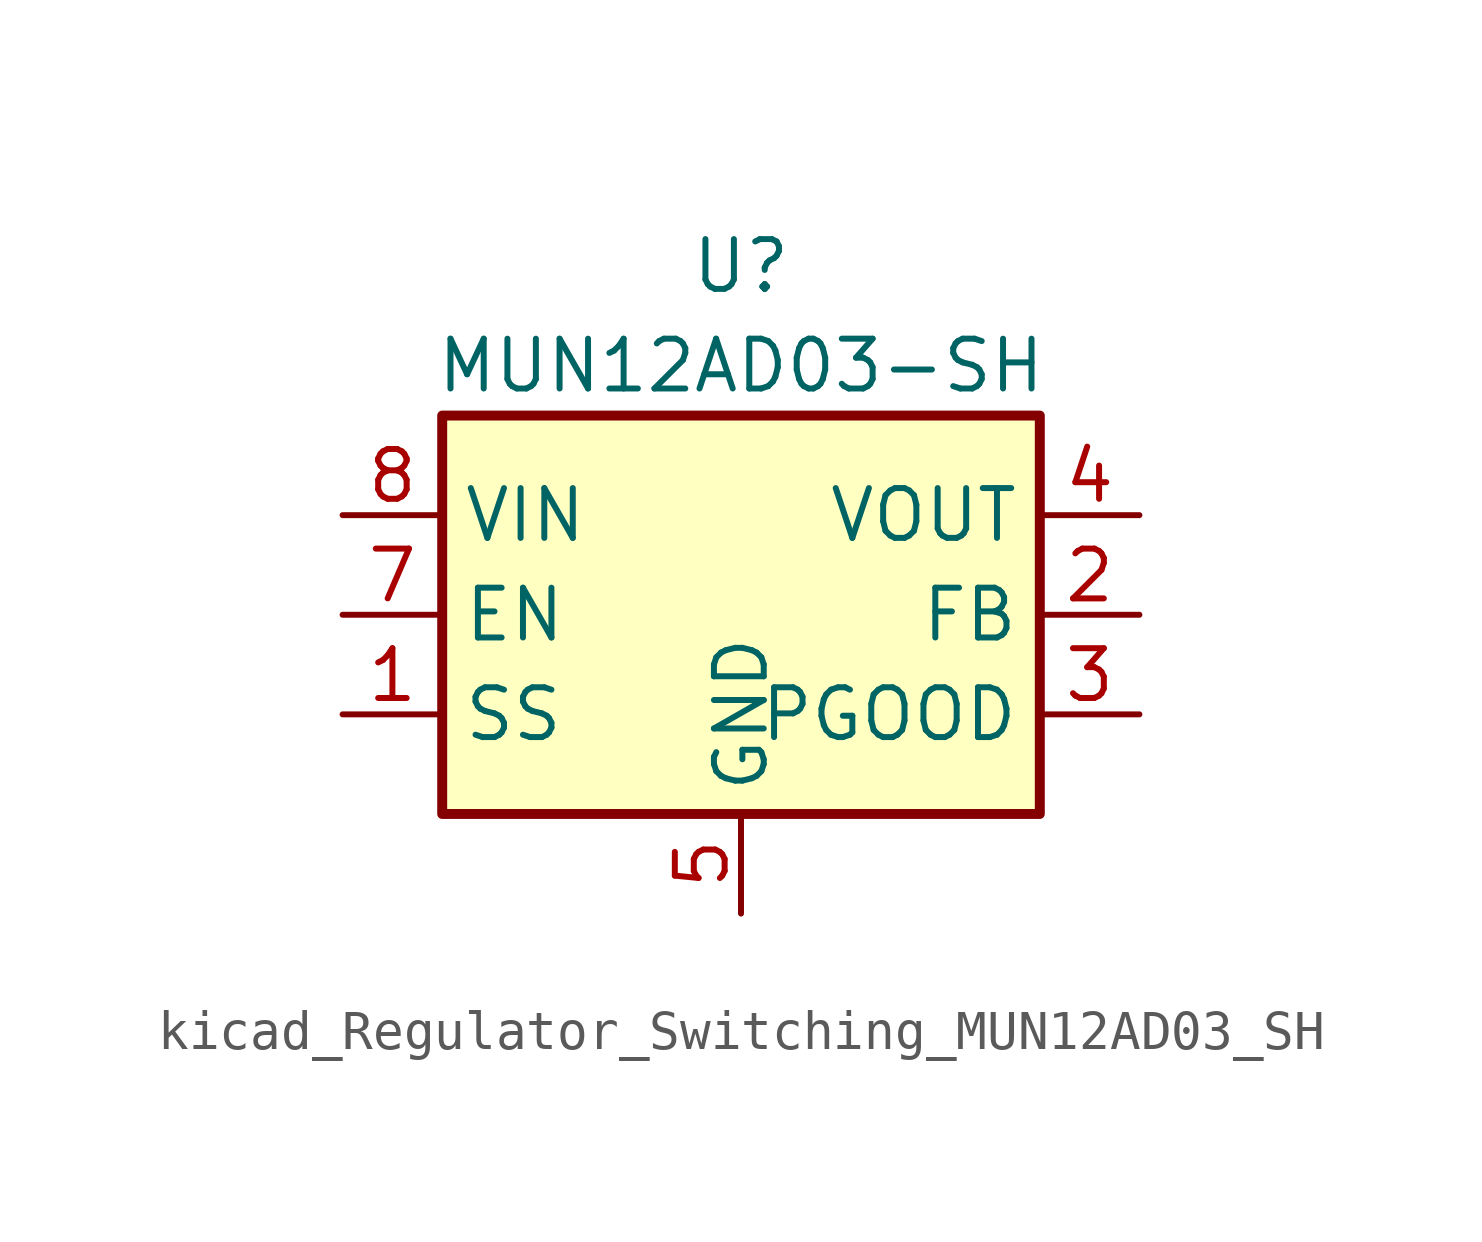
<source format=kicad_sym>
(kicad_symbol_lib
  (version 20220914)
  (generator kicad_symbol_editor)
  (symbol "kicad_Regulator_Switching_MUN12AD03_SH"
    (property "Reference" "U"
      (at 0 8.89 0)
      (effects (font (size 1.27 1.27))))
    (property "Value" "MUN12AD03-SH"
      (at 0 6.35 0)
      (effects (font (size 1.27 1.27))))
    (symbol "kicad_Regulator_Switching_MUN12AD03_SH_0_1"
      (rectangle (start -7.62 5.08) (end 7.62 -5.08) (stroke (width 0.254) (type default)) (fill (type background))))
    (symbol "kicad_Regulator_Switching_MUN12AD03_SH_1_1"
      (pin input line (at -10.16 -2.54 0) (length 2.54) (name "SS" (effects (font (size 1.27 1.27)))) (number "1" (effects (font (size 1.27 1.27)))))
      (pin passive line (at 0 -7.62 90) (length 2.54) hide (name "GND" (effects (font (size 1.27 1.27)))) (number "10" (effects (font (size 1.27 1.27)))))
      (pin passive line (at 0 -7.62 90) (length 2.54) hide (name "GND" (effects (font (size 1.27 1.27)))) (number "11" (effects (font (size 1.27 1.27)))))
      (pin input line (at 10.16 0 180) (length 2.54) (name "FB" (effects (font (size 1.27 1.27)))) (number "2" (effects (font (size 1.27 1.27)))))
      (pin open_collector line (at 10.16 -2.54 180) (length 2.54) (name "PGOOD" (effects (font (size 1.27 1.27)))) (number "3" (effects (font (size 1.27 1.27)))))
      (pin power_out line (at 10.16 2.54 180) (length 2.54) (name "VOUT" (effects (font (size 1.27 1.27)))) (number "4" (effects (font (size 1.27 1.27)))))
      (pin power_in line (at 0 -7.62 90) (length 2.54) (name "GND" (effects (font (size 1.27 1.27)))) (number "5" (effects (font (size 1.27 1.27)))))
      (pin no_connect line (at -2.54 -5.08 90) (length 2.54) hide (name "NC" (effects (font (size 1.27 1.27)))) (number "6" (effects (font (size 1.27 1.27)))))
      (pin input line (at -10.16 0 0) (length 2.54) (name "EN" (effects (font (size 1.27 1.27)))) (number "7" (effects (font (size 1.27 1.27)))))
      (pin power_in line (at -10.16 2.54 0) (length 2.54) (name "VIN" (effects (font (size 1.27 1.27)))) (number "8" (effects (font (size 1.27 1.27)))))
      (pin passive line (at 10.16 2.54 180) (length 2.54) hide (name "VOUT" (effects (font (size 1.27 1.27)))) (number "9" (effects (font (size 1.27 1.27))))))))
</source>
